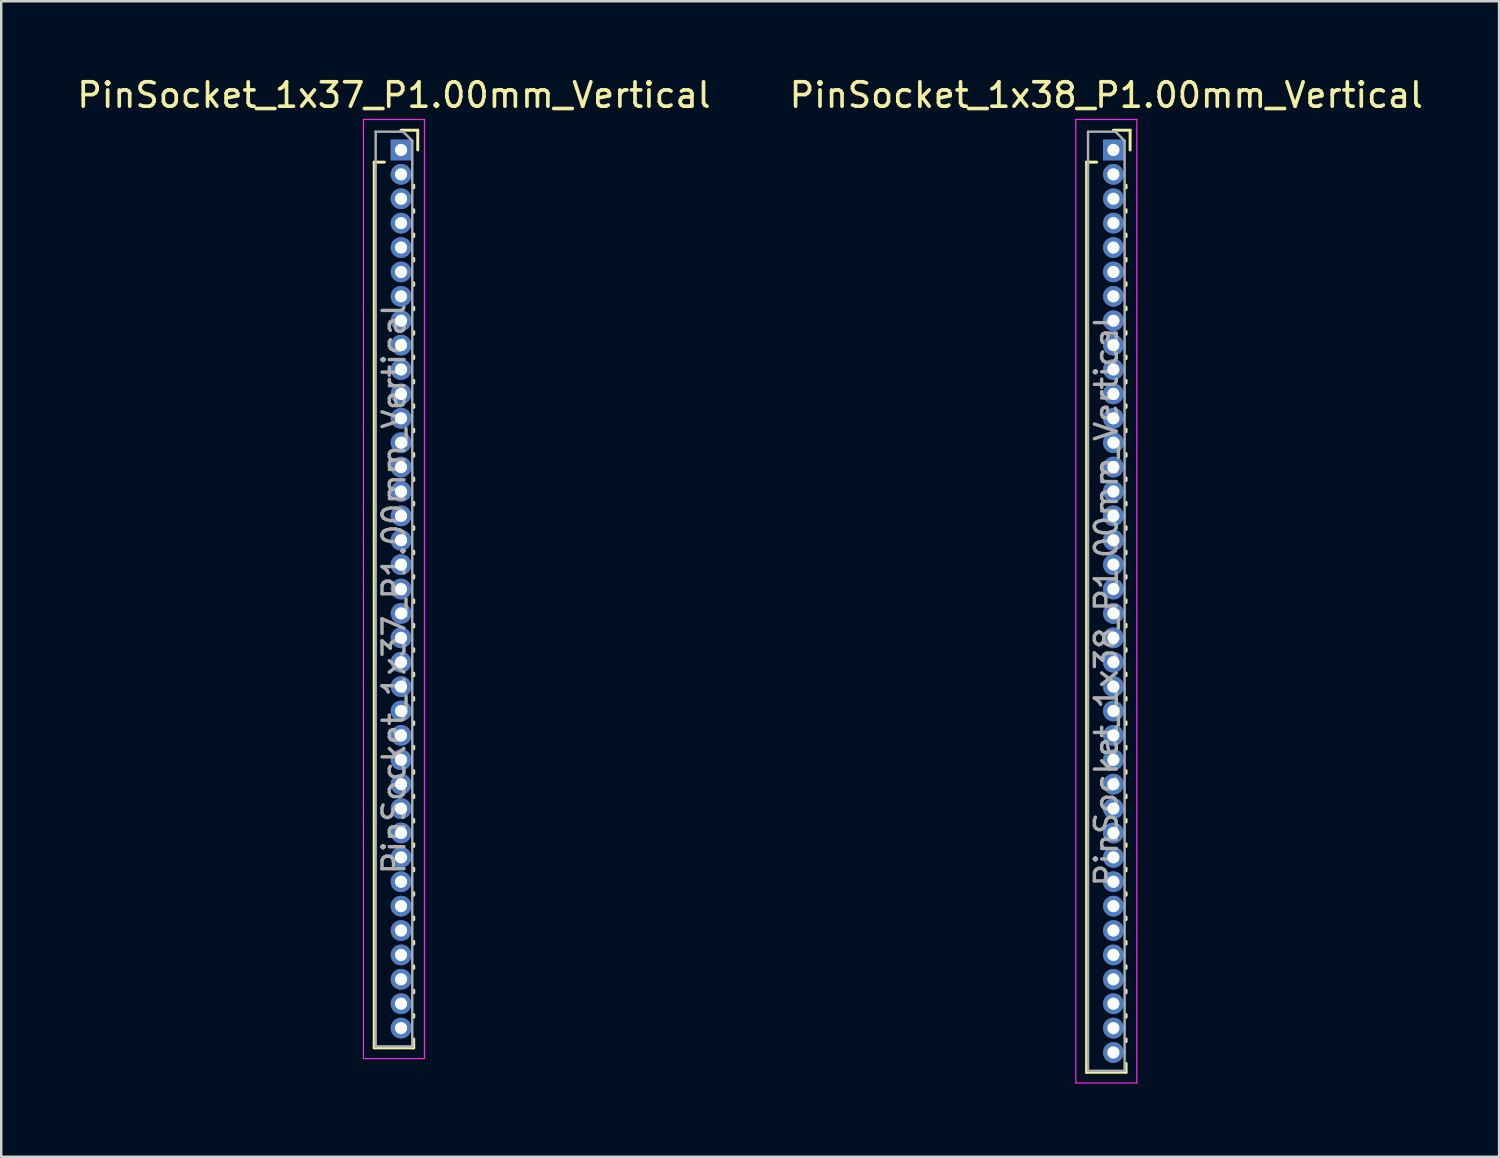
<source format=kicad_pcb>
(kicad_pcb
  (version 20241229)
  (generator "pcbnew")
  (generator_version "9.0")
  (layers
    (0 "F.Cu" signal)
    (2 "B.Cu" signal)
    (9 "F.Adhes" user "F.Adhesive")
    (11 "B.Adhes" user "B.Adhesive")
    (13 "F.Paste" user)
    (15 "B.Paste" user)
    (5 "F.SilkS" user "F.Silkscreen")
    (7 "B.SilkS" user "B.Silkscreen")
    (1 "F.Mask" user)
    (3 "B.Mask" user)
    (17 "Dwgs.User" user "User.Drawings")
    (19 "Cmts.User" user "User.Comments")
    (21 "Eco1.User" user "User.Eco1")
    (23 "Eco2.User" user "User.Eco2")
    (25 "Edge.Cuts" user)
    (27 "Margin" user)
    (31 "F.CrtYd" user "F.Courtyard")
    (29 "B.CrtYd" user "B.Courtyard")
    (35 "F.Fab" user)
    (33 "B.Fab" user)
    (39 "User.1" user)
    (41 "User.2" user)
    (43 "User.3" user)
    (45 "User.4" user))
  (footprint "PinSocket_1x37_P1.00mm_Vertical"
    (layer "F.Cu")
    (at 13.391 3.098)
    (property "Reference" "PinSocket_1x37_P1.00mm_Vertical" (at -0.29 -2.25 0) (layer "F.SilkS") (effects (font (size 1 1) (thickness 0.15))))
    (attr through_hole)
    (fp_line (start -1.1 0.5) (end -1.1 36.81) (stroke (width 0.12) (type solid)) (layer "F.SilkS"))
    (fp_line (start -1.1 0.5) (end -0.685 0.5) (stroke (width 0.12) (type solid)) (layer "F.SilkS"))
    (fp_line (start -1.1 36.81) (end 0.52 36.81) (stroke (width 0.12) (type solid)) (layer "F.SilkS"))
    (fp_line (start 0 -0.81) (end 0.685 -0.81) (stroke (width 0.12) (type solid)) (layer "F.SilkS"))
    (fp_line (start 0.52 1.446) (end 0.52 1.554) (stroke (width 0.12) (type solid)) (layer "F.SilkS"))
    (fp_line (start 0.52 2.446) (end 0.52 2.554) (stroke (width 0.12) (type solid)) (layer "F.SilkS"))
    (fp_line (start 0.52 3.446) (end 0.52 3.554) (stroke (width 0.12) (type solid)) (layer "F.SilkS"))
    (fp_line (start 0.52 4.446) (end 0.52 4.554) (stroke (width 0.12) (type solid)) (layer "F.SilkS"))
    (fp_line (start 0.52 5.446) (end 0.52 5.554) (stroke (width 0.12) (type solid)) (layer "F.SilkS"))
    (fp_line (start 0.52 6.446) (end 0.52 6.554) (stroke (width 0.12) (type solid)) (layer "F.SilkS"))
    (fp_line (start 0.52 7.446) (end 0.52 7.554) (stroke (width 0.12) (type solid)) (layer "F.SilkS"))
    (fp_line (start 0.52 8.446) (end 0.52 8.554) (stroke (width 0.12) (type solid)) (layer "F.SilkS"))
    (fp_line (start 0.52 9.446) (end 0.52 9.554) (stroke (width 0.12) (type solid)) (layer "F.SilkS"))
    (fp_line (start 0.52 10.446) (end 0.52 10.554) (stroke (width 0.12) (type solid)) (layer "F.SilkS"))
    (fp_line (start 0.52 11.446) (end 0.52 11.554) (stroke (width 0.12) (type solid)) (layer "F.SilkS"))
    (fp_line (start 0.52 12.446) (end 0.52 12.554) (stroke (width 0.12) (type solid)) (layer "F.SilkS"))
    (fp_line (start 0.52 13.446) (end 0.52 13.554) (stroke (width 0.12) (type solid)) (layer "F.SilkS"))
    (fp_line (start 0.52 14.446) (end 0.52 14.554) (stroke (width 0.12) (type solid)) (layer "F.SilkS"))
    (fp_line (start 0.52 15.446) (end 0.52 15.554) (stroke (width 0.12) (type solid)) (layer "F.SilkS"))
    (fp_line (start 0.52 16.446) (end 0.52 16.554) (stroke (width 0.12) (type solid)) (layer "F.SilkS"))
    (fp_line (start 0.52 17.446) (end 0.52 17.554) (stroke (width 0.12) (type solid)) (layer "F.SilkS"))
    (fp_line (start 0.52 18.446) (end 0.52 18.554) (stroke (width 0.12) (type solid)) (layer "F.SilkS"))
    (fp_line (start 0.52 19.446) (end 0.52 19.554) (stroke (width 0.12) (type solid)) (layer "F.SilkS"))
    (fp_line (start 0.52 20.446) (end 0.52 20.554) (stroke (width 0.12) (type solid)) (layer "F.SilkS"))
    (fp_line (start 0.52 21.446) (end 0.52 21.554) (stroke (width 0.12) (type solid)) (layer "F.SilkS"))
    (fp_line (start 0.52 22.446) (end 0.52 22.554) (stroke (width 0.12) (type solid)) (layer "F.SilkS"))
    (fp_line (start 0.52 23.446) (end 0.52 23.554) (stroke (width 0.12) (type solid)) (layer "F.SilkS"))
    (fp_line (start 0.52 24.446) (end 0.52 24.554) (stroke (width 0.12) (type solid)) (layer "F.SilkS"))
    (fp_line (start 0.52 25.446) (end 0.52 25.554) (stroke (width 0.12) (type solid)) (layer "F.SilkS"))
    (fp_line (start 0.52 26.446) (end 0.52 26.554) (stroke (width 0.12) (type solid)) (layer "F.SilkS"))
    (fp_line (start 0.52 27.446) (end 0.52 27.554) (stroke (width 0.12) (type solid)) (layer "F.SilkS"))
    (fp_line (start 0.52 28.446) (end 0.52 28.554) (stroke (width 0.12) (type solid)) (layer "F.SilkS"))
    (fp_line (start 0.52 29.446) (end 0.52 29.554) (stroke (width 0.12) (type solid)) (layer "F.SilkS"))
    (fp_line (start 0.52 30.446) (end 0.52 30.554) (stroke (width 0.12) (type solid)) (layer "F.SilkS"))
    (fp_line (start 0.52 31.446) (end 0.52 31.554) (stroke (width 0.12) (type solid)) (layer "F.SilkS"))
    (fp_line (start 0.52 32.446) (end 0.52 32.554) (stroke (width 0.12) (type solid)) (layer "F.SilkS"))
    (fp_line (start 0.52 33.446) (end 0.52 33.554) (stroke (width 0.12) (type solid)) (layer "F.SilkS"))
    (fp_line (start 0.52 34.446) (end 0.52 34.554) (stroke (width 0.12) (type solid)) (layer "F.SilkS"))
    (fp_line (start 0.52 35.446) (end 0.52 35.554) (stroke (width 0.12) (type solid)) (layer "F.SilkS"))
    (fp_line (start 0.52 36.446) (end 0.52 36.81) (stroke (width 0.12) (type solid)) (layer "F.SilkS"))
    (fp_line (start 0.685 -0.81) (end 0.685 0) (stroke (width 0.12) (type solid)) (layer "F.SilkS"))
    (fp_line (start -1.54 -1.25) (end 0.96 -1.25) (stroke (width 0.05) (type solid)) (layer "F.CrtYd"))
    (fp_line (start -1.54 37.25) (end -1.54 -1.25) (stroke (width 0.05) (type solid)) (layer "F.CrtYd"))
    (fp_line (start 0.96 -1.25) (end 0.96 37.25) (stroke (width 0.05) (type solid)) (layer "F.CrtYd"))
    (fp_line (start 0.96 37.25) (end -1.54 37.25) (stroke (width 0.05) (type solid)) (layer "F.CrtYd"))
    (fp_line (start -1.04 -0.75) (end 0.085 -0.75) (stroke (width 0.1) (type solid)) (layer "F.Fab"))
    (fp_line (start -1.04 36.75) (end -1.04 -0.75) (stroke (width 0.1) (type solid)) (layer "F.Fab"))
    (fp_line (start 0.085 -0.75) (end 0.46 -0.375) (stroke (width 0.1) (type solid)) (layer "F.Fab"))
    (fp_line (start 0.46 -0.375) (end 0.46 36.75) (stroke (width 0.1) (type solid)) (layer "F.Fab"))
    (fp_line (start 0.46 36.75) (end -1.04 36.75) (stroke (width 0.1) (type solid)) (layer "F.Fab"))
    (fp_text user "${REFERENCE}" (at -0.29 18 90) (layer "F.Fab") (effects (font (size 0.9 0.9) (thickness 0.14))))
    (pad "1" thru_hole rect (at 0 0) (size 0.85 0.85) (drill 0.5) (layers "*.Cu" "*.Mask"))
    (pad "2" thru_hole oval (at 0 1) (size 0.85 0.85) (drill 0.5) (layers "*.Cu" "*.Mask"))
    (pad "3" thru_hole oval (at 0 2) (size 0.85 0.85) (drill 0.5) (layers "*.Cu" "*.Mask"))
    (pad "4" thru_hole oval (at 0 3) (size 0.85 0.85) (drill 0.5) (layers "*.Cu" "*.Mask"))
    (pad "5" thru_hole oval (at 0 4) (size 0.85 0.85) (drill 0.5) (layers "*.Cu" "*.Mask"))
    (pad "6" thru_hole oval (at 0 5) (size 0.85 0.85) (drill 0.5) (layers "*.Cu" "*.Mask"))
    (pad "7" thru_hole oval (at 0 6) (size 0.85 0.85) (drill 0.5) (layers "*.Cu" "*.Mask"))
    (pad "8" thru_hole oval (at 0 7) (size 0.85 0.85) (drill 0.5) (layers "*.Cu" "*.Mask"))
    (pad "9" thru_hole oval (at 0 8) (size 0.85 0.85) (drill 0.5) (layers "*.Cu" "*.Mask"))
    (pad "10" thru_hole oval (at 0 9) (size 0.85 0.85) (drill 0.5) (layers "*.Cu" "*.Mask"))
    (pad "11" thru_hole oval (at 0 10) (size 0.85 0.85) (drill 0.5) (layers "*.Cu" "*.Mask"))
    (pad "12" thru_hole oval (at 0 11) (size 0.85 0.85) (drill 0.5) (layers "*.Cu" "*.Mask"))
    (pad "13" thru_hole oval (at 0 12) (size 0.85 0.85) (drill 0.5) (layers "*.Cu" "*.Mask"))
    (pad "14" thru_hole oval (at 0 13) (size 0.85 0.85) (drill 0.5) (layers "*.Cu" "*.Mask"))
    (pad "15" thru_hole oval (at 0 14) (size 0.85 0.85) (drill 0.5) (layers "*.Cu" "*.Mask"))
    (pad "16" thru_hole oval (at 0 15) (size 0.85 0.85) (drill 0.5) (layers "*.Cu" "*.Mask"))
    (pad "17" thru_hole oval (at 0 16) (size 0.85 0.85) (drill 0.5) (layers "*.Cu" "*.Mask"))
    (pad "18" thru_hole oval (at 0 17) (size 0.85 0.85) (drill 0.5) (layers "*.Cu" "*.Mask"))
    (pad "19" thru_hole oval (at 0 18) (size 0.85 0.85) (drill 0.5) (layers "*.Cu" "*.Mask"))
    (pad "20" thru_hole oval (at 0 19) (size 0.85 0.85) (drill 0.5) (layers "*.Cu" "*.Mask"))
    (pad "21" thru_hole oval (at 0 20) (size 0.85 0.85) (drill 0.5) (layers "*.Cu" "*.Mask"))
    (pad "22" thru_hole oval (at 0 21) (size 0.85 0.85) (drill 0.5) (layers "*.Cu" "*.Mask"))
    (pad "23" thru_hole oval (at 0 22) (size 0.85 0.85) (drill 0.5) (layers "*.Cu" "*.Mask"))
    (pad "24" thru_hole oval (at 0 23) (size 0.85 0.85) (drill 0.5) (layers "*.Cu" "*.Mask"))
    (pad "25" thru_hole oval (at 0 24) (size 0.85 0.85) (drill 0.5) (layers "*.Cu" "*.Mask"))
    (pad "26" thru_hole oval (at 0 25) (size 0.85 0.85) (drill 0.5) (layers "*.Cu" "*.Mask"))
    (pad "27" thru_hole oval (at 0 26) (size 0.85 0.85) (drill 0.5) (layers "*.Cu" "*.Mask"))
    (pad "28" thru_hole oval (at 0 27) (size 0.85 0.85) (drill 0.5) (layers "*.Cu" "*.Mask"))
    (pad "29" thru_hole oval (at 0 28) (size 0.85 0.85) (drill 0.5) (layers "*.Cu" "*.Mask"))
    (pad "30" thru_hole oval (at 0 29) (size 0.85 0.85) (drill 0.5) (layers "*.Cu" "*.Mask"))
    (pad "31" thru_hole oval (at 0 30) (size 0.85 0.85) (drill 0.5) (layers "*.Cu" "*.Mask"))
    (pad "32" thru_hole oval (at 0 31) (size 0.85 0.85) (drill 0.5) (layers "*.Cu" "*.Mask"))
    (pad "33" thru_hole oval (at 0 32) (size 0.85 0.85) (drill 0.5) (layers "*.Cu" "*.Mask"))
    (pad "34" thru_hole oval (at 0 33) (size 0.85 0.85) (drill 0.5) (layers "*.Cu" "*.Mask"))
    (pad "35" thru_hole oval (at 0 34) (size 0.85 0.85) (drill 0.5) (layers "*.Cu" "*.Mask"))
    (pad "36" thru_hole oval (at 0 35) (size 0.85 0.85) (drill 0.5) (layers "*.Cu" "*.Mask"))
    (pad "37" thru_hole oval (at 0 36) (size 0.85 0.85) (drill 0.5) (layers "*.Cu" "*.Mask")))
  (footprint "PinSocket_1x38_P1.00mm_Vertical"
    (layer "F.Cu")
    (at 42.594 3.098)
    (property "Reference" "PinSocket_1x38_P1.00mm_Vertical" (at -0.29 -2.25 0) (layer "F.SilkS") (effects (font (size 1 1) (thickness 0.15))))
    (attr through_hole)
    (fp_line (start -1.1 0.5) (end -1.1 37.81) (stroke (width 0.12) (type solid)) (layer "F.SilkS"))
    (fp_line (start -1.1 0.5) (end -0.685 0.5) (stroke (width 0.12) (type solid)) (layer "F.SilkS"))
    (fp_line (start -1.1 37.81) (end 0.52 37.81) (stroke (width 0.12) (type solid)) (layer "F.SilkS"))
    (fp_line (start 0 -0.81) (end 0.685 -0.81) (stroke (width 0.12) (type solid)) (layer "F.SilkS"))
    (fp_line (start 0.52 1.446) (end 0.52 1.554) (stroke (width 0.12) (type solid)) (layer "F.SilkS"))
    (fp_line (start 0.52 2.446) (end 0.52 2.554) (stroke (width 0.12) (type solid)) (layer "F.SilkS"))
    (fp_line (start 0.52 3.446) (end 0.52 3.554) (stroke (width 0.12) (type solid)) (layer "F.SilkS"))
    (fp_line (start 0.52 4.446) (end 0.52 4.554) (stroke (width 0.12) (type solid)) (layer "F.SilkS"))
    (fp_line (start 0.52 5.446) (end 0.52 5.554) (stroke (width 0.12) (type solid)) (layer "F.SilkS"))
    (fp_line (start 0.52 6.446) (end 0.52 6.554) (stroke (width 0.12) (type solid)) (layer "F.SilkS"))
    (fp_line (start 0.52 7.446) (end 0.52 7.554) (stroke (width 0.12) (type solid)) (layer "F.SilkS"))
    (fp_line (start 0.52 8.446) (end 0.52 8.554) (stroke (width 0.12) (type solid)) (layer "F.SilkS"))
    (fp_line (start 0.52 9.446) (end 0.52 9.554) (stroke (width 0.12) (type solid)) (layer "F.SilkS"))
    (fp_line (start 0.52 10.446) (end 0.52 10.554) (stroke (width 0.12) (type solid)) (layer "F.SilkS"))
    (fp_line (start 0.52 11.446) (end 0.52 11.554) (stroke (width 0.12) (type solid)) (layer "F.SilkS"))
    (fp_line (start 0.52 12.446) (end 0.52 12.554) (stroke (width 0.12) (type solid)) (layer "F.SilkS"))
    (fp_line (start 0.52 13.446) (end 0.52 13.554) (stroke (width 0.12) (type solid)) (layer "F.SilkS"))
    (fp_line (start 0.52 14.446) (end 0.52 14.554) (stroke (width 0.12) (type solid)) (layer "F.SilkS"))
    (fp_line (start 0.52 15.446) (end 0.52 15.554) (stroke (width 0.12) (type solid)) (layer "F.SilkS"))
    (fp_line (start 0.52 16.446) (end 0.52 16.554) (stroke (width 0.12) (type solid)) (layer "F.SilkS"))
    (fp_line (start 0.52 17.446) (end 0.52 17.554) (stroke (width 0.12) (type solid)) (layer "F.SilkS"))
    (fp_line (start 0.52 18.446) (end 0.52 18.554) (stroke (width 0.12) (type solid)) (layer "F.SilkS"))
    (fp_line (start 0.52 19.446) (end 0.52 19.554) (stroke (width 0.12) (type solid)) (layer "F.SilkS"))
    (fp_line (start 0.52 20.446) (end 0.52 20.554) (stroke (width 0.12) (type solid)) (layer "F.SilkS"))
    (fp_line (start 0.52 21.446) (end 0.52 21.554) (stroke (width 0.12) (type solid)) (layer "F.SilkS"))
    (fp_line (start 0.52 22.446) (end 0.52 22.554) (stroke (width 0.12) (type solid)) (layer "F.SilkS"))
    (fp_line (start 0.52 23.446) (end 0.52 23.554) (stroke (width 0.12) (type solid)) (layer "F.SilkS"))
    (fp_line (start 0.52 24.446) (end 0.52 24.554) (stroke (width 0.12) (type solid)) (layer "F.SilkS"))
    (fp_line (start 0.52 25.446) (end 0.52 25.554) (stroke (width 0.12) (type solid)) (layer "F.SilkS"))
    (fp_line (start 0.52 26.446) (end 0.52 26.554) (stroke (width 0.12) (type solid)) (layer "F.SilkS"))
    (fp_line (start 0.52 27.446) (end 0.52 27.554) (stroke (width 0.12) (type solid)) (layer "F.SilkS"))
    (fp_line (start 0.52 28.446) (end 0.52 28.554) (stroke (width 0.12) (type solid)) (layer "F.SilkS"))
    (fp_line (start 0.52 29.446) (end 0.52 29.554) (stroke (width 0.12) (type solid)) (layer "F.SilkS"))
    (fp_line (start 0.52 30.446) (end 0.52 30.554) (stroke (width 0.12) (type solid)) (layer "F.SilkS"))
    (fp_line (start 0.52 31.446) (end 0.52 31.554) (stroke (width 0.12) (type solid)) (layer "F.SilkS"))
    (fp_line (start 0.52 32.446) (end 0.52 32.554) (stroke (width 0.12) (type solid)) (layer "F.SilkS"))
    (fp_line (start 0.52 33.446) (end 0.52 33.554) (stroke (width 0.12) (type solid)) (layer "F.SilkS"))
    (fp_line (start 0.52 34.446) (end 0.52 34.554) (stroke (width 0.12) (type solid)) (layer "F.SilkS"))
    (fp_line (start 0.52 35.446) (end 0.52 35.554) (stroke (width 0.12) (type solid)) (layer "F.SilkS"))
    (fp_line (start 0.52 36.446) (end 0.52 36.554) (stroke (width 0.12) (type solid)) (layer "F.SilkS"))
    (fp_line (start 0.52 37.446) (end 0.52 37.81) (stroke (width 0.12) (type solid)) (layer "F.SilkS"))
    (fp_line (start 0.685 -0.81) (end 0.685 0) (stroke (width 0.12) (type solid)) (layer "F.SilkS"))
    (fp_line (start -1.54 -1.25) (end 0.96 -1.25) (stroke (width 0.05) (type solid)) (layer "F.CrtYd"))
    (fp_line (start -1.54 38.25) (end -1.54 -1.25) (stroke (width 0.05) (type solid)) (layer "F.CrtYd"))
    (fp_line (start 0.96 -1.25) (end 0.96 38.25) (stroke (width 0.05) (type solid)) (layer "F.CrtYd"))
    (fp_line (start 0.96 38.25) (end -1.54 38.25) (stroke (width 0.05) (type solid)) (layer "F.CrtYd"))
    (fp_line (start -1.04 -0.75) (end 0.085 -0.75) (stroke (width 0.1) (type solid)) (layer "F.Fab"))
    (fp_line (start -1.04 37.75) (end -1.04 -0.75) (stroke (width 0.1) (type solid)) (layer "F.Fab"))
    (fp_line (start 0.085 -0.75) (end 0.46 -0.375) (stroke (width 0.1) (type solid)) (layer "F.Fab"))
    (fp_line (start 0.46 -0.375) (end 0.46 37.75) (stroke (width 0.1) (type solid)) (layer "F.Fab"))
    (fp_line (start 0.46 37.75) (end -1.04 37.75) (stroke (width 0.1) (type solid)) (layer "F.Fab"))
    (fp_text user "${REFERENCE}" (at -0.29 18.5 90) (layer "F.Fab") (effects (font (size 0.9 0.9) (thickness 0.14))))
    (pad "1" thru_hole rect (at 0 0) (size 0.85 0.85) (drill 0.5) (layers "*.Cu" "*.Mask"))
    (pad "2" thru_hole oval (at 0 1) (size 0.85 0.85) (drill 0.5) (layers "*.Cu" "*.Mask"))
    (pad "3" thru_hole oval (at 0 2) (size 0.85 0.85) (drill 0.5) (layers "*.Cu" "*.Mask"))
    (pad "4" thru_hole oval (at 0 3) (size 0.85 0.85) (drill 0.5) (layers "*.Cu" "*.Mask"))
    (pad "5" thru_hole oval (at 0 4) (size 0.85 0.85) (drill 0.5) (layers "*.Cu" "*.Mask"))
    (pad "6" thru_hole oval (at 0 5) (size 0.85 0.85) (drill 0.5) (layers "*.Cu" "*.Mask"))
    (pad "7" thru_hole oval (at 0 6) (size 0.85 0.85) (drill 0.5) (layers "*.Cu" "*.Mask"))
    (pad "8" thru_hole oval (at 0 7) (size 0.85 0.85) (drill 0.5) (layers "*.Cu" "*.Mask"))
    (pad "9" thru_hole oval (at 0 8) (size 0.85 0.85) (drill 0.5) (layers "*.Cu" "*.Mask"))
    (pad "10" thru_hole oval (at 0 9) (size 0.85 0.85) (drill 0.5) (layers "*.Cu" "*.Mask"))
    (pad "11" thru_hole oval (at 0 10) (size 0.85 0.85) (drill 0.5) (layers "*.Cu" "*.Mask"))
    (pad "12" thru_hole oval (at 0 11) (size 0.85 0.85) (drill 0.5) (layers "*.Cu" "*.Mask"))
    (pad "13" thru_hole oval (at 0 12) (size 0.85 0.85) (drill 0.5) (layers "*.Cu" "*.Mask"))
    (pad "14" thru_hole oval (at 0 13) (size 0.85 0.85) (drill 0.5) (layers "*.Cu" "*.Mask"))
    (pad "15" thru_hole oval (at 0 14) (size 0.85 0.85) (drill 0.5) (layers "*.Cu" "*.Mask"))
    (pad "16" thru_hole oval (at 0 15) (size 0.85 0.85) (drill 0.5) (layers "*.Cu" "*.Mask"))
    (pad "17" thru_hole oval (at 0 16) (size 0.85 0.85) (drill 0.5) (layers "*.Cu" "*.Mask"))
    (pad "18" thru_hole oval (at 0 17) (size 0.85 0.85) (drill 0.5) (layers "*.Cu" "*.Mask"))
    (pad "19" thru_hole oval (at 0 18) (size 0.85 0.85) (drill 0.5) (layers "*.Cu" "*.Mask"))
    (pad "20" thru_hole oval (at 0 19) (size 0.85 0.85) (drill 0.5) (layers "*.Cu" "*.Mask"))
    (pad "21" thru_hole oval (at 0 20) (size 0.85 0.85) (drill 0.5) (layers "*.Cu" "*.Mask"))
    (pad "22" thru_hole oval (at 0 21) (size 0.85 0.85) (drill 0.5) (layers "*.Cu" "*.Mask"))
    (pad "23" thru_hole oval (at 0 22) (size 0.85 0.85) (drill 0.5) (layers "*.Cu" "*.Mask"))
    (pad "24" thru_hole oval (at 0 23) (size 0.85 0.85) (drill 0.5) (layers "*.Cu" "*.Mask"))
    (pad "25" thru_hole oval (at 0 24) (size 0.85 0.85) (drill 0.5) (layers "*.Cu" "*.Mask"))
    (pad "26" thru_hole oval (at 0 25) (size 0.85 0.85) (drill 0.5) (layers "*.Cu" "*.Mask"))
    (pad "27" thru_hole oval (at 0 26) (size 0.85 0.85) (drill 0.5) (layers "*.Cu" "*.Mask"))
    (pad "28" thru_hole oval (at 0 27) (size 0.85 0.85) (drill 0.5) (layers "*.Cu" "*.Mask"))
    (pad "29" thru_hole oval (at 0 28) (size 0.85 0.85) (drill 0.5) (layers "*.Cu" "*.Mask"))
    (pad "30" thru_hole oval (at 0 29) (size 0.85 0.85) (drill 0.5) (layers "*.Cu" "*.Mask"))
    (pad "31" thru_hole oval (at 0 30) (size 0.85 0.85) (drill 0.5) (layers "*.Cu" "*.Mask"))
    (pad "32" thru_hole oval (at 0 31) (size 0.85 0.85) (drill 0.5) (layers "*.Cu" "*.Mask"))
    (pad "33" thru_hole oval (at 0 32) (size 0.85 0.85) (drill 0.5) (layers "*.Cu" "*.Mask"))
    (pad "34" thru_hole oval (at 0 33) (size 0.85 0.85) (drill 0.5) (layers "*.Cu" "*.Mask"))
    (pad "35" thru_hole oval (at 0 34) (size 0.85 0.85) (drill 0.5) (layers "*.Cu" "*.Mask"))
    (pad "36" thru_hole oval (at 0 35) (size 0.85 0.85) (drill 0.5) (layers "*.Cu" "*.Mask"))
    (pad "37" thru_hole oval (at 0 36) (size 0.85 0.85) (drill 0.5) (layers "*.Cu" "*.Mask"))
    (pad "38" thru_hole oval (at 0 37) (size 0.85 0.85) (drill 0.5) (layers "*.Cu" "*.Mask")))
  (gr_rect
    (start -3 -3)
    (end 58.405 44.373)
    (stroke (width 0.1) (type default))
    (fill no)
    (layer "Edge.Cuts")))
</source>
